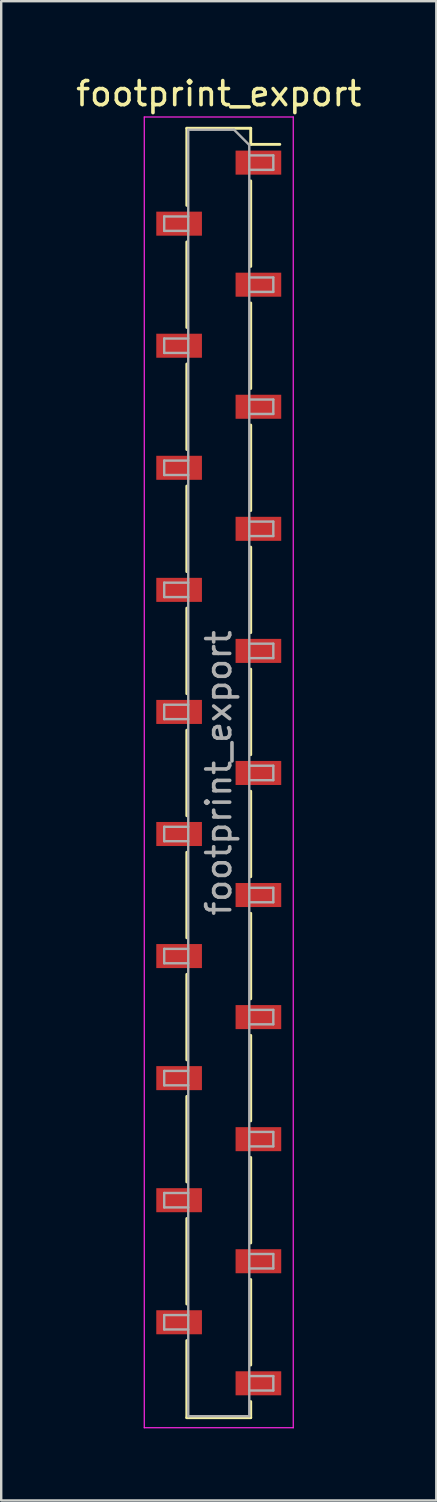
<source format=kicad_pcb>
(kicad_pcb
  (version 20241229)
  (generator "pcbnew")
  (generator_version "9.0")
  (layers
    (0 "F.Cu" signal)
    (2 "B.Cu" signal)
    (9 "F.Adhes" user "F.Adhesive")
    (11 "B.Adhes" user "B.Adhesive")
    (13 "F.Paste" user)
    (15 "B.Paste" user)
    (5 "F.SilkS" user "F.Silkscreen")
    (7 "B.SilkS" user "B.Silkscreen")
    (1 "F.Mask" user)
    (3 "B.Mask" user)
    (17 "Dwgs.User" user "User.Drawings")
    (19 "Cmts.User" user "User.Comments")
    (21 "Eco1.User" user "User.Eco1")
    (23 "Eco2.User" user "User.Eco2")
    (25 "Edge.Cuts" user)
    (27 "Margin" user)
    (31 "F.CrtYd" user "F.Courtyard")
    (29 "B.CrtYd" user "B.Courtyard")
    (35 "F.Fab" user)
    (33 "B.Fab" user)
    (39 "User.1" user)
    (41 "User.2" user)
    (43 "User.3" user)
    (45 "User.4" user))
  (footprint "footprint_export"
    (layer "F.Cu")
    (at 6.054 29.118)
    (property "Reference" "footprint_export" (at 0 -28.27 0) (layer "F.SilkS") (effects (font (size 1 1) (thickness 0.15))))
    (attr smd)
    (fp_line (start -1.33 -26.83) (end -1.33 -23.62) (stroke (width 0.12) (type solid)) (layer "F.SilkS"))
    (fp_line (start -1.33 -26.83) (end 1.33 -26.83) (stroke (width 0.12) (type solid)) (layer "F.SilkS"))
    (fp_line (start -1.33 -22.1) (end -1.33 -18.54) (stroke (width 0.12) (type solid)) (layer "F.SilkS"))
    (fp_line (start -1.33 -17.02) (end -1.33 -13.46) (stroke (width 0.12) (type solid)) (layer "F.SilkS"))
    (fp_line (start -1.33 -11.94) (end -1.33 -8.38) (stroke (width 0.12) (type solid)) (layer "F.SilkS"))
    (fp_line (start -1.33 -6.86) (end -1.33 -3.3) (stroke (width 0.12) (type solid)) (layer "F.SilkS"))
    (fp_line (start -1.33 -1.78) (end -1.33 1.78) (stroke (width 0.12) (type solid)) (layer "F.SilkS"))
    (fp_line (start -1.33 3.3) (end -1.33 6.86) (stroke (width 0.12) (type solid)) (layer "F.SilkS"))
    (fp_line (start -1.33 8.38) (end -1.33 11.94) (stroke (width 0.12) (type solid)) (layer "F.SilkS"))
    (fp_line (start -1.33 13.46) (end -1.33 17.02) (stroke (width 0.12) (type solid)) (layer "F.SilkS"))
    (fp_line (start -1.33 18.54) (end -1.33 22.1) (stroke (width 0.12) (type solid)) (layer "F.SilkS"))
    (fp_line (start -1.33 23.62) (end -1.33 26.83) (stroke (width 0.12) (type solid)) (layer "F.SilkS"))
    (fp_line (start -1.33 26.83) (end 1.33 26.83) (stroke (width 0.12) (type solid)) (layer "F.SilkS"))
    (fp_line (start 1.33 -26.83) (end 1.33 -26.16) (stroke (width 0.12) (type solid)) (layer "F.SilkS"))
    (fp_line (start 1.33 -26.16) (end 2.54 -26.16) (stroke (width 0.12) (type solid)) (layer "F.SilkS"))
    (fp_line (start 1.33 -24.64) (end 1.33 -21.08) (stroke (width 0.12) (type solid)) (layer "F.SilkS"))
    (fp_line (start 1.33 -19.56) (end 1.33 -16) (stroke (width 0.12) (type solid)) (layer "F.SilkS"))
    (fp_line (start 1.33 -14.48) (end 1.33 -10.92) (stroke (width 0.12) (type solid)) (layer "F.SilkS"))
    (fp_line (start 1.33 -9.4) (end 1.33 -5.84) (stroke (width 0.12) (type solid)) (layer "F.SilkS"))
    (fp_line (start 1.33 -4.32) (end 1.33 -0.76) (stroke (width 0.12) (type solid)) (layer "F.SilkS"))
    (fp_line (start 1.33 0.76) (end 1.33 4.32) (stroke (width 0.12) (type solid)) (layer "F.SilkS"))
    (fp_line (start 1.33 5.84) (end 1.33 9.4) (stroke (width 0.12) (type solid)) (layer "F.SilkS"))
    (fp_line (start 1.33 10.92) (end 1.33 14.48) (stroke (width 0.12) (type solid)) (layer "F.SilkS"))
    (fp_line (start 1.33 16) (end 1.33 19.56) (stroke (width 0.12) (type solid)) (layer "F.SilkS"))
    (fp_line (start 1.33 21.08) (end 1.33 24.64) (stroke (width 0.12) (type solid)) (layer "F.SilkS"))
    (fp_line (start 1.33 26.16) (end 1.33 26.83) (stroke (width 0.12) (type solid)) (layer "F.SilkS"))
    (fp_line (start -3.1 -27.3) (end 3.1 -27.3) (stroke (width 0.05) (type solid)) (layer "F.CrtYd"))
    (fp_line (start -3.1 27.25) (end -3.1 -27.3) (stroke (width 0.05) (type solid)) (layer "F.CrtYd"))
    (fp_line (start 3.1 -27.3) (end 3.1 27.25) (stroke (width 0.05) (type solid)) (layer "F.CrtYd"))
    (fp_line (start 3.1 27.25) (end -3.1 27.25) (stroke (width 0.05) (type solid)) (layer "F.CrtYd"))
    (fp_line (start -2.27 -23.16) (end -1.27 -23.16) (stroke (width 0.1) (type solid)) (layer "F.Fab"))
    (fp_line (start -2.27 -22.56) (end -2.27 -23.16) (stroke (width 0.1) (type solid)) (layer "F.Fab"))
    (fp_line (start -2.27 -18.08) (end -1.27 -18.08) (stroke (width 0.1) (type solid)) (layer "F.Fab"))
    (fp_line (start -2.27 -17.48) (end -2.27 -18.08) (stroke (width 0.1) (type solid)) (layer "F.Fab"))
    (fp_line (start -2.27 -13) (end -1.27 -13) (stroke (width 0.1) (type solid)) (layer "F.Fab"))
    (fp_line (start -2.27 -12.4) (end -2.27 -13) (stroke (width 0.1) (type solid)) (layer "F.Fab"))
    (fp_line (start -2.27 -7.92) (end -1.27 -7.92) (stroke (width 0.1) (type solid)) (layer "F.Fab"))
    (fp_line (start -2.27 -7.32) (end -2.27 -7.92) (stroke (width 0.1) (type solid)) (layer "F.Fab"))
    (fp_line (start -2.27 -2.84) (end -1.27 -2.84) (stroke (width 0.1) (type solid)) (layer "F.Fab"))
    (fp_line (start -2.27 -2.24) (end -2.27 -2.84) (stroke (width 0.1) (type solid)) (layer "F.Fab"))
    (fp_line (start -2.27 2.24) (end -1.27 2.24) (stroke (width 0.1) (type solid)) (layer "F.Fab"))
    (fp_line (start -2.27 2.84) (end -2.27 2.24) (stroke (width 0.1) (type solid)) (layer "F.Fab"))
    (fp_line (start -2.27 7.32) (end -1.27 7.32) (stroke (width 0.1) (type solid)) (layer "F.Fab"))
    (fp_line (start -2.27 7.92) (end -2.27 7.32) (stroke (width 0.1) (type solid)) (layer "F.Fab"))
    (fp_line (start -2.27 12.4) (end -1.27 12.4) (stroke (width 0.1) (type solid)) (layer "F.Fab"))
    (fp_line (start -2.27 13) (end -2.27 12.4) (stroke (width 0.1) (type solid)) (layer "F.Fab"))
    (fp_line (start -2.27 17.48) (end -1.27 17.48) (stroke (width 0.1) (type solid)) (layer "F.Fab"))
    (fp_line (start -2.27 18.08) (end -2.27 17.48) (stroke (width 0.1) (type solid)) (layer "F.Fab"))
    (fp_line (start -2.27 22.56) (end -1.27 22.56) (stroke (width 0.1) (type solid)) (layer "F.Fab"))
    (fp_line (start -2.27 23.16) (end -2.27 22.56) (stroke (width 0.1) (type solid)) (layer "F.Fab"))
    (fp_line (start -1.27 -26.77) (end 0.635 -26.77) (stroke (width 0.1) (type solid)) (layer "F.Fab"))
    (fp_line (start -1.27 -22.56) (end -2.27 -22.56) (stroke (width 0.1) (type solid)) (layer "F.Fab"))
    (fp_line (start -1.27 -17.48) (end -2.27 -17.48) (stroke (width 0.1) (type solid)) (layer "F.Fab"))
    (fp_line (start -1.27 -12.4) (end -2.27 -12.4) (stroke (width 0.1) (type solid)) (layer "F.Fab"))
    (fp_line (start -1.27 -7.32) (end -2.27 -7.32) (stroke (width 0.1) (type solid)) (layer "F.Fab"))
    (fp_line (start -1.27 -2.24) (end -2.27 -2.24) (stroke (width 0.1) (type solid)) (layer "F.Fab"))
    (fp_line (start -1.27 2.84) (end -2.27 2.84) (stroke (width 0.1) (type solid)) (layer "F.Fab"))
    (fp_line (start -1.27 7.92) (end -2.27 7.92) (stroke (width 0.1) (type solid)) (layer "F.Fab"))
    (fp_line (start -1.27 13) (end -2.27 13) (stroke (width 0.1) (type solid)) (layer "F.Fab"))
    (fp_line (start -1.27 18.08) (end -2.27 18.08) (stroke (width 0.1) (type solid)) (layer "F.Fab"))
    (fp_line (start -1.27 23.16) (end -2.27 23.16) (stroke (width 0.1) (type solid)) (layer "F.Fab"))
    (fp_line (start -1.27 26.77) (end -1.27 -26.77) (stroke (width 0.1) (type solid)) (layer "F.Fab"))
    (fp_line (start 0.635 -26.77) (end 1.27 -26.135) (stroke (width 0.1) (type solid)) (layer "F.Fab"))
    (fp_line (start 1.27 -26.135) (end 1.27 26.77) (stroke (width 0.1) (type solid)) (layer "F.Fab"))
    (fp_line (start 1.27 -25.7) (end 2.27 -25.7) (stroke (width 0.1) (type solid)) (layer "F.Fab"))
    (fp_line (start 1.27 -20.62) (end 2.27 -20.62) (stroke (width 0.1) (type solid)) (layer "F.Fab"))
    (fp_line (start 1.27 -15.54) (end 2.27 -15.54) (stroke (width 0.1) (type solid)) (layer "F.Fab"))
    (fp_line (start 1.27 -10.46) (end 2.27 -10.46) (stroke (width 0.1) (type solid)) (layer "F.Fab"))
    (fp_line (start 1.27 -5.38) (end 2.27 -5.38) (stroke (width 0.1) (type solid)) (layer "F.Fab"))
    (fp_line (start 1.27 -0.3) (end 2.27 -0.3) (stroke (width 0.1) (type solid)) (layer "F.Fab"))
    (fp_line (start 1.27 4.78) (end 2.27 4.78) (stroke (width 0.1) (type solid)) (layer "F.Fab"))
    (fp_line (start 1.27 9.86) (end 2.27 9.86) (stroke (width 0.1) (type solid)) (layer "F.Fab"))
    (fp_line (start 1.27 14.94) (end 2.27 14.94) (stroke (width 0.1) (type solid)) (layer "F.Fab"))
    (fp_line (start 1.27 20.02) (end 2.27 20.02) (stroke (width 0.1) (type solid)) (layer "F.Fab"))
    (fp_line (start 1.27 25.1) (end 2.27 25.1) (stroke (width 0.1) (type solid)) (layer "F.Fab"))
    (fp_line (start 1.27 26.77) (end -1.27 26.77) (stroke (width 0.1) (type solid)) (layer "F.Fab"))
    (fp_line (start 2.27 -25.7) (end 2.27 -25.1) (stroke (width 0.1) (type solid)) (layer "F.Fab"))
    (fp_line (start 2.27 -25.1) (end 1.27 -25.1) (stroke (width 0.1) (type solid)) (layer "F.Fab"))
    (fp_line (start 2.27 -20.62) (end 2.27 -20.02) (stroke (width 0.1) (type solid)) (layer "F.Fab"))
    (fp_line (start 2.27 -20.02) (end 1.27 -20.02) (stroke (width 0.1) (type solid)) (layer "F.Fab"))
    (fp_line (start 2.27 -15.54) (end 2.27 -14.94) (stroke (width 0.1) (type solid)) (layer "F.Fab"))
    (fp_line (start 2.27 -14.94) (end 1.27 -14.94) (stroke (width 0.1) (type solid)) (layer "F.Fab"))
    (fp_line (start 2.27 -10.46) (end 2.27 -9.86) (stroke (width 0.1) (type solid)) (layer "F.Fab"))
    (fp_line (start 2.27 -9.86) (end 1.27 -9.86) (stroke (width 0.1) (type solid)) (layer "F.Fab"))
    (fp_line (start 2.27 -5.38) (end 2.27 -4.78) (stroke (width 0.1) (type solid)) (layer "F.Fab"))
    (fp_line (start 2.27 -4.78) (end 1.27 -4.78) (stroke (width 0.1) (type solid)) (layer "F.Fab"))
    (fp_line (start 2.27 -0.3) (end 2.27 0.3) (stroke (width 0.1) (type solid)) (layer "F.Fab"))
    (fp_line (start 2.27 0.3) (end 1.27 0.3) (stroke (width 0.1) (type solid)) (layer "F.Fab"))
    (fp_line (start 2.27 4.78) (end 2.27 5.38) (stroke (width 0.1) (type solid)) (layer "F.Fab"))
    (fp_line (start 2.27 5.38) (end 1.27 5.38) (stroke (width 0.1) (type solid)) (layer "F.Fab"))
    (fp_line (start 2.27 9.86) (end 2.27 10.46) (stroke (width 0.1) (type solid)) (layer "F.Fab"))
    (fp_line (start 2.27 10.46) (end 1.27 10.46) (stroke (width 0.1) (type solid)) (layer "F.Fab"))
    (fp_line (start 2.27 14.94) (end 2.27 15.54) (stroke (width 0.1) (type solid)) (layer "F.Fab"))
    (fp_line (start 2.27 15.54) (end 1.27 15.54) (stroke (width 0.1) (type solid)) (layer "F.Fab"))
    (fp_line (start 2.27 20.02) (end 2.27 20.62) (stroke (width 0.1) (type solid)) (layer "F.Fab"))
    (fp_line (start 2.27 20.62) (end 1.27 20.62) (stroke (width 0.1) (type solid)) (layer "F.Fab"))
    (fp_line (start 2.27 25.1) (end 2.27 25.7) (stroke (width 0.1) (type solid)) (layer "F.Fab"))
    (fp_line (start 2.27 25.7) (end 1.27 25.7) (stroke (width 0.1) (type solid)) (layer "F.Fab"))
    (fp_text user "${REFERENCE}" (at 0 0 90) (layer "F.Fab") (effects (font (size 1 1) (thickness 0.15))))
    (pad "1" smd rect (at 1.65 -25.4) (size 1.9 1) (layers "F.Cu" "F.Mask" "F.Paste"))
    (pad "2" smd rect (at -1.65 -22.86) (size 1.9 1) (layers "F.Cu" "F.Mask" "F.Paste"))
    (pad "3" smd rect (at 1.65 -20.32) (size 1.9 1) (layers "F.Cu" "F.Mask" "F.Paste"))
    (pad "4" smd rect (at -1.65 -17.78) (size 1.9 1) (layers "F.Cu" "F.Mask" "F.Paste"))
    (pad "5" smd rect (at 1.65 -15.24) (size 1.9 1) (layers "F.Cu" "F.Mask" "F.Paste"))
    (pad "6" smd rect (at -1.65 -12.7) (size 1.9 1) (layers "F.Cu" "F.Mask" "F.Paste"))
    (pad "7" smd rect (at 1.65 -10.16) (size 1.9 1) (layers "F.Cu" "F.Mask" "F.Paste"))
    (pad "8" smd rect (at -1.65 -7.62) (size 1.9 1) (layers "F.Cu" "F.Mask" "F.Paste"))
    (pad "9" smd rect (at 1.65 -5.08) (size 1.9 1) (layers "F.Cu" "F.Mask" "F.Paste"))
    (pad "10" smd rect (at -1.65 -2.54) (size 1.9 1) (layers "F.Cu" "F.Mask" "F.Paste"))
    (pad "11" smd rect (at 1.65 0) (size 1.9 1) (layers "F.Cu" "F.Mask" "F.Paste"))
    (pad "12" smd rect (at -1.65 2.54) (size 1.9 1) (layers "F.Cu" "F.Mask" "F.Paste"))
    (pad "13" smd rect (at 1.65 5.08) (size 1.9 1) (layers "F.Cu" "F.Mask" "F.Paste"))
    (pad "14" smd rect (at -1.65 7.62) (size 1.9 1) (layers "F.Cu" "F.Mask" "F.Paste"))
    (pad "15" smd rect (at 1.65 10.16) (size 1.9 1) (layers "F.Cu" "F.Mask" "F.Paste"))
    (pad "16" smd rect (at -1.65 12.7) (size 1.9 1) (layers "F.Cu" "F.Mask" "F.Paste"))
    (pad "17" smd rect (at 1.65 15.24) (size 1.9 1) (layers "F.Cu" "F.Mask" "F.Paste"))
    (pad "18" smd rect (at -1.65 17.78) (size 1.9 1) (layers "F.Cu" "F.Mask" "F.Paste"))
    (pad "19" smd rect (at 1.65 20.32) (size 1.9 1) (layers "F.Cu" "F.Mask" "F.Paste"))
    (pad "20" smd rect (at -1.65 22.86) (size 1.9 1) (layers "F.Cu" "F.Mask" "F.Paste"))
    (pad "21" smd rect (at 1.65 25.4) (size 1.9 1) (layers "F.Cu" "F.Mask" "F.Paste")))
  (gr_rect
    (start -3 -3)
    (end 15.107 59.393)
    (stroke (width 0.1) (type default))
    (fill no)
    (layer "Edge.Cuts")))
</source>
